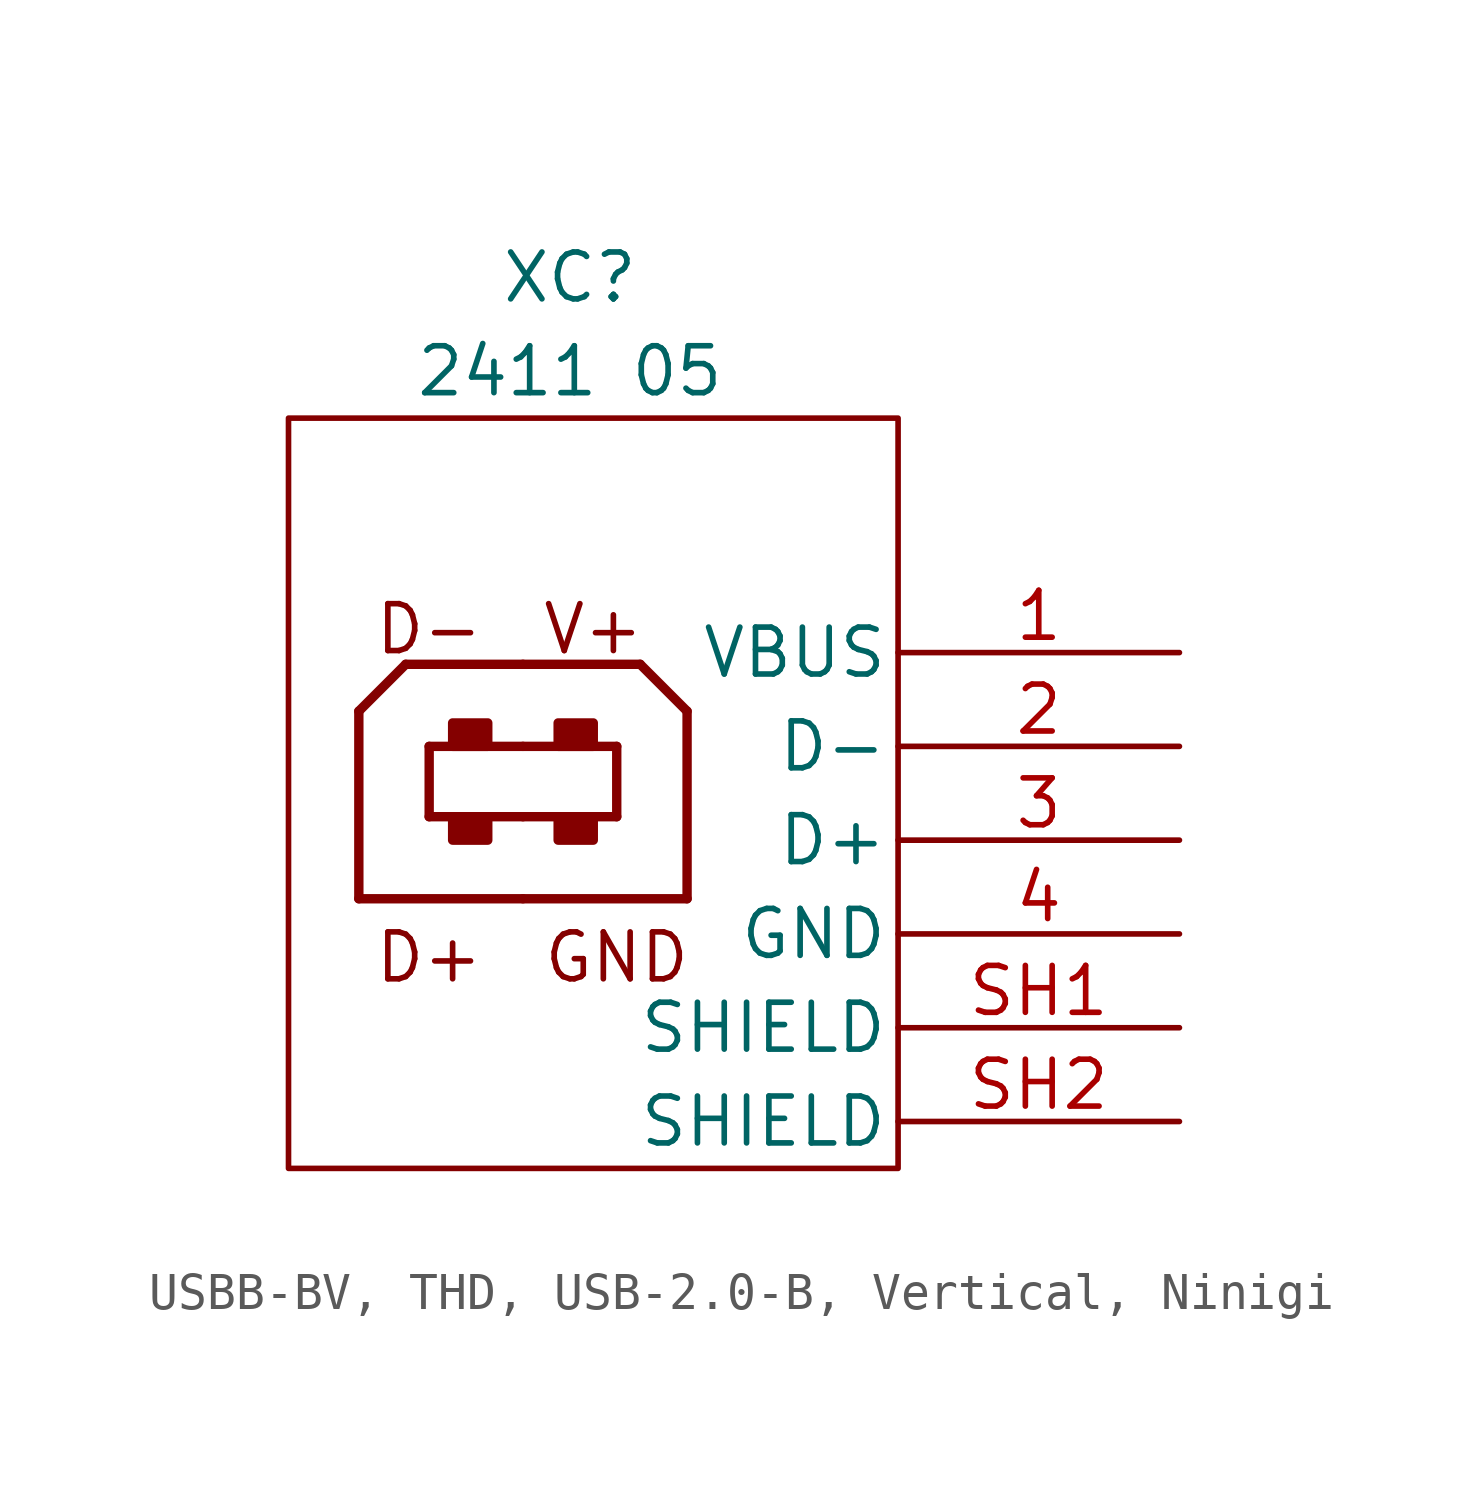
<source format=kicad_sym>
(kicad_symbol_lib
  (version 20241209)
  (generator "kicad_symbol_editor")
  (generator_version "9.0")
  (symbol "USBB-BV, THD, USB-2.0-B, Vertical, Ninigi"
    (pin_names
      (offset 0.254))
    (property "Reference" "XC"
      (at 1.27 13.97 0)
      (effects (font (size 1.27 1.27))))
    (property "Value" "2411 05"
      (at 1.27 11.43 0)
      (effects (font (size 1.27 1.27))))
    (symbol "USBB-BV, THD, USB-2.0-B, Vertical, Ninigi_0_1"
      (rectangle (start -0.953 1.905) (end -1.905 1.27) (stroke (width 0.254) (type default)) (fill (type outline)))
      (rectangle (start -0.953 -0.635) (end -1.905 -1.27) (stroke (width 0.254) (type default)) (fill (type outline)))
      (rectangle (start 1.905 1.905) (end 0.953 1.27) (stroke (width 0.254) (type default)) (fill (type outline)))
      (rectangle (start 1.905 -0.635) (end 0.953 -1.27) (stroke (width 0.254) (type default)) (fill (type outline))))
    (symbol "USBB-BV, THD, USB-2.0-B, Vertical, Ninigi_1_1"
      (rectangle (start -6.35 10.16) (end 10.16 -10.16) (stroke (width 0) (type default)) (fill (type none)))
      (polyline (pts (xy -4.445 2.223) (xy -4.445 -2.857)) (stroke (width 0.254) (type default)) (fill (type none)))
      (polyline (pts (xy -4.445 -2.857) (xy 0 -2.857)) (stroke (width 0.254) (type default)) (fill (type none)))
      (polyline (pts (xy -3.175 3.493) (xy -4.445 2.223)) (stroke (width 0.254) (type default)) (fill (type none)))
      (polyline (pts (xy -2.54 -0.635) (xy -2.54 1.27)) (stroke (width 0.254) (type default)) (fill (type none)))
      (polyline (pts (xy 0 3.493) (xy -3.175 3.493)) (stroke (width 0.254) (type default)) (fill (type none)))
      (polyline (pts (xy 0 3.493) (xy 3.175 3.493)) (stroke (width 0.254) (type default)) (fill (type none)))
      (polyline (pts (xy 0 1.27) (xy -2.54 1.27)) (stroke (width 0.254) (type default)) (fill (type none)))
      (polyline (pts (xy 0 1.27) (xy 2.54 1.27)) (stroke (width 0.254) (type default)) (fill (type none)))
      (polyline (pts (xy 0 -0.635) (xy -2.54 -0.635)) (stroke (width 0.254) (type default)) (fill (type none)))
      (polyline (pts (xy 0 -0.635) (xy 2.54 -0.635)) (stroke (width 0.254) (type default)) (fill (type none)))
      (polyline (pts (xy 2.54 -0.635) (xy 2.54 1.27)) (stroke (width 0.254) (type default)) (fill (type none)))
      (polyline (pts (xy 3.175 3.493) (xy 4.445 2.223)) (stroke (width 0.254) (type default)) (fill (type none)))
      (polyline (pts (xy 4.445 2.223) (xy 4.445 -2.857)) (stroke (width 0.254) (type default)) (fill (type none)))
      (polyline (pts (xy 4.445 -2.857) (xy 0 -2.857)) (stroke (width 0.254) (type default)) (fill (type none)))
      (text "D-" (at -2.54 4.445 0) (effects (font (size 1.27 1.27))))
      (text "D+" (at -2.54 -4.445 0) (effects (font (size 1.27 1.27))))
      (text "V+" (at 1.905 4.445 0) (effects (font (size 1.27 1.27))))
      (text "GND" (at 2.54 -4.445 0) (effects (font (size 1.27 1.27))))
      (pin passive line (at 17.78 3.81 180) (length 7.62) (name "VBUS" (effects (font (size 1.27 1.27)))) (number "1" (effects (font (size 1.27 1.27)))))
      (pin bidirectional line (at 17.78 1.27 180) (length 7.62) (name "D-" (effects (font (size 1.27 1.27)))) (number "2" (effects (font (size 1.27 1.27)))))
      (pin bidirectional line (at 17.78 -1.27 180) (length 7.62) (name "D+" (effects (font (size 1.27 1.27)))) (number "3" (effects (font (size 1.27 1.27)))))
      (pin passive line (at 17.78 -3.81 180) (length 7.62) (name "GND" (effects (font (size 1.27 1.27)))) (number "4" (effects (font (size 1.27 1.27)))))
      (pin passive line (at 17.78 -6.35 180) (length 7.62) (name "SHIELD" (effects (font (size 1.27 1.27)))) (number "SH1" (effects (font (size 1.27 1.27)))))
      (pin passive line (at 17.78 -8.89 180) (length 7.62) (name "SHIELD" (effects (font (size 1.27 1.27)))) (number "SH2" (effects (font (size 1.27 1.27))))))))
</source>
